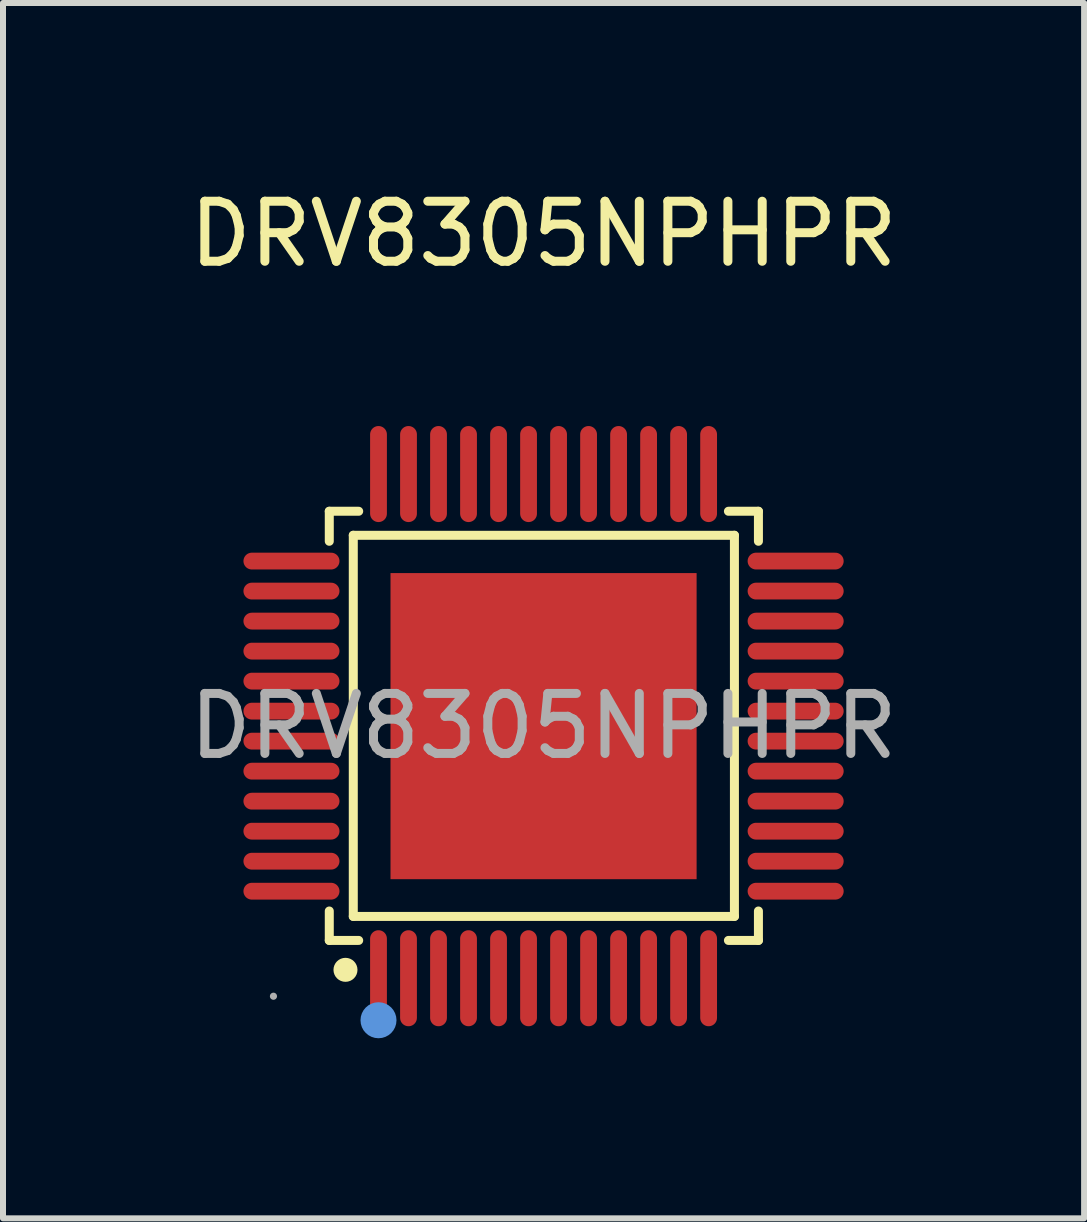
<source format=kicad_pcb>
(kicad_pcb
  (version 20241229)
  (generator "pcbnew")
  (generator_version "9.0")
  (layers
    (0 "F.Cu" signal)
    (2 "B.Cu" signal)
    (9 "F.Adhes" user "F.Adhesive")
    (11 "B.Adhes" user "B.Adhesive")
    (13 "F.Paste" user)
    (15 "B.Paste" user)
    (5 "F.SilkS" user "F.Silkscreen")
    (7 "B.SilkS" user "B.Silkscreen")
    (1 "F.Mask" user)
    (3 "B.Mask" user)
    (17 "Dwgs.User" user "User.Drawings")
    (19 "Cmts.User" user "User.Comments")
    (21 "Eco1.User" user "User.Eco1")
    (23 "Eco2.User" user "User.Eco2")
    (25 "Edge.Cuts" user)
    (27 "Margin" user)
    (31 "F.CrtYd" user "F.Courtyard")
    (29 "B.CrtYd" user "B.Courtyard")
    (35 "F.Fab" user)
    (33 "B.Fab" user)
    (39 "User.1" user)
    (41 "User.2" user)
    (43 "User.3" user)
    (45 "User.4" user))
  (footprint "DRV8305NPHPR"
    (layer "F.Cu")
    (at 6.006 9.048)
    (property "Reference" "DRV8305NPHPR" (at 0 -8.2 0) (layer "F.SilkS") (effects (font (size 1 1) (thickness 0.15))))
    (attr smd)
    (fp_line (start -3.57 -3.58) (end -3.08 -3.58) (stroke (width 0.15) (type solid)) (layer "F.SilkS"))
    (fp_line (start -3.57 -3.08) (end -3.57 -3.58) (stroke (width 0.15) (type solid)) (layer "F.SilkS"))
    (fp_line (start -3.57 3.08) (end -3.57 3.57) (stroke (width 0.15) (type solid)) (layer "F.SilkS"))
    (fp_line (start -3.57 3.57) (end -3.08 3.57) (stroke (width 0.15) (type solid)) (layer "F.SilkS"))
    (fp_line (start -3.17 -3.18) (end 3.18 -3.18) (stroke (width 0.15) (type solid)) (layer "F.SilkS"))
    (fp_line (start -3.17 3.17) (end -3.17 -3.18) (stroke (width 0.15) (type solid)) (layer "F.SilkS"))
    (fp_line (start 3.18 -3.18) (end 3.18 3.17) (stroke (width 0.15) (type solid)) (layer "F.SilkS"))
    (fp_line (start 3.18 3.17) (end -3.17 3.17) (stroke (width 0.15) (type solid)) (layer "F.SilkS"))
    (fp_line (start 3.58 -3.58) (end 3.08 -3.58) (stroke (width 0.15) (type solid)) (layer "F.SilkS"))
    (fp_line (start 3.58 -3.08) (end 3.58 -3.58) (stroke (width 0.15) (type solid)) (layer "F.SilkS"))
    (fp_line (start 3.58 3.08) (end 3.58 3.57) (stroke (width 0.15) (type solid)) (layer "F.SilkS"))
    (fp_line (start 3.58 3.57) (end 3.08 3.57) (stroke (width 0.15) (type solid)) (layer "F.SilkS"))
    (fp_circle (center -3.3 4.06) (end -3.2 4.06) (stroke (width 0.2) (type solid)) (fill no) (layer "F.SilkS"))
    (fp_circle (center -2.75 4.9) (end -2.6 4.9) (stroke (width 0.3) (type solid)) (fill no) (layer "Cmts.User"))
    (fp_circle (center -4.5 4.5) (end -4.47 4.5) (stroke (width 0.06) (type solid)) (fill no) (layer "F.Fab"))
    (fp_text user "${REFERENCE}" (at 0 0 0) (layer "F.Fab") (effects (font (size 1 1) (thickness 0.15))))
    (pad "1" smd oval (at -2.75 4.2) (size 0.28 1.6) (layers "F.Cu" "F.Mask" "F.Paste"))
    (pad "2" smd oval (at -2.25 4.2) (size 0.28 1.6) (layers "F.Cu" "F.Mask" "F.Paste"))
    (pad "3" smd oval (at -1.75 4.2) (size 0.28 1.6) (layers "F.Cu" "F.Mask" "F.Paste"))
    (pad "4" smd oval (at -1.25 4.2) (size 0.28 1.6) (layers "F.Cu" "F.Mask" "F.Paste"))
    (pad "5" smd oval (at -0.75 4.2) (size 0.28 1.6) (layers "F.Cu" "F.Mask" "F.Paste"))
    (pad "6" smd oval (at -0.25 4.2) (size 0.28 1.6) (layers "F.Cu" "F.Mask" "F.Paste"))
    (pad "7" smd oval (at 0.25 4.2) (size 0.28 1.6) (layers "F.Cu" "F.Mask" "F.Paste"))
    (pad "8" smd oval (at 0.75 4.2) (size 0.28 1.6) (layers "F.Cu" "F.Mask" "F.Paste"))
    (pad "9" smd oval (at 1.25 4.2) (size 0.28 1.6) (layers "F.Cu" "F.Mask" "F.Paste"))
    (pad "10" smd oval (at 1.75 4.2) (size 0.28 1.6) (layers "F.Cu" "F.Mask" "F.Paste"))
    (pad "11" smd oval (at 2.25 4.2) (size 0.28 1.6) (layers "F.Cu" "F.Mask" "F.Paste"))
    (pad "12" smd oval (at 2.75 4.2) (size 0.28 1.6) (layers "F.Cu" "F.Mask" "F.Paste"))
    (pad "13" smd oval (at 4.2 2.75) (size 1.6 0.28) (layers "F.Cu" "F.Mask" "F.Paste"))
    (pad "14" smd oval (at 4.2 2.25) (size 1.6 0.28) (layers "F.Cu" "F.Mask" "F.Paste"))
    (pad "15" smd oval (at 4.2 1.75) (size 1.6 0.28) (layers "F.Cu" "F.Mask" "F.Paste"))
    (pad "16" smd oval (at 4.2 1.25) (size 1.6 0.28) (layers "F.Cu" "F.Mask" "F.Paste"))
    (pad "17" smd oval (at 4.2 0.75) (size 1.6 0.28) (layers "F.Cu" "F.Mask" "F.Paste"))
    (pad "18" smd oval (at 4.2 0.25) (size 1.6 0.28) (layers "F.Cu" "F.Mask" "F.Paste"))
    (pad "19" smd oval (at 4.2 -0.25) (size 1.6 0.28) (layers "F.Cu" "F.Mask" "F.Paste"))
    (pad "20" smd oval (at 4.2 -0.75) (size 1.6 0.28) (layers "F.Cu" "F.Mask" "F.Paste"))
    (pad "21" smd oval (at 4.2 -1.25) (size 1.6 0.28) (layers "F.Cu" "F.Mask" "F.Paste"))
    (pad "22" smd oval (at 4.2 -1.75) (size 1.6 0.28) (layers "F.Cu" "F.Mask" "F.Paste"))
    (pad "23" smd oval (at 4.2 -2.25) (size 1.6 0.28) (layers "F.Cu" "F.Mask" "F.Paste"))
    (pad "24" smd oval (at 4.2 -2.75) (size 1.6 0.28) (layers "F.Cu" "F.Mask" "F.Paste"))
    (pad "25" smd oval (at 2.75 -4.2) (size 0.28 1.6) (layers "F.Cu" "F.Mask" "F.Paste"))
    (pad "26" smd oval (at 2.25 -4.2) (size 0.28 1.6) (layers "F.Cu" "F.Mask" "F.Paste"))
    (pad "27" smd oval (at 1.75 -4.2) (size 0.28 1.6) (layers "F.Cu" "F.Mask" "F.Paste"))
    (pad "28" smd oval (at 1.25 -4.2) (size 0.28 1.6) (layers "F.Cu" "F.Mask" "F.Paste"))
    (pad "29" smd oval (at 0.75 -4.2) (size 0.28 1.6) (layers "F.Cu" "F.Mask" "F.Paste"))
    (pad "30" smd oval (at 0.25 -4.2) (size 0.28 1.6) (layers "F.Cu" "F.Mask" "F.Paste"))
    (pad "31" smd oval (at -0.25 -4.2) (size 0.28 1.6) (layers "F.Cu" "F.Mask" "F.Paste"))
    (pad "32" smd oval (at -0.75 -4.2) (size 0.28 1.6) (layers "F.Cu" "F.Mask" "F.Paste"))
    (pad "33" smd oval (at -1.25 -4.2) (size 0.28 1.6) (layers "F.Cu" "F.Mask" "F.Paste"))
    (pad "34" smd oval (at -1.75 -4.2) (size 0.28 1.6) (layers "F.Cu" "F.Mask" "F.Paste"))
    (pad "35" smd oval (at -2.25 -4.2) (size 0.28 1.6) (layers "F.Cu" "F.Mask" "F.Paste"))
    (pad "36" smd oval (at -2.75 -4.2) (size 0.28 1.6) (layers "F.Cu" "F.Mask" "F.Paste"))
    (pad "37" smd oval (at -4.2 -2.75) (size 1.6 0.28) (layers "F.Cu" "F.Mask" "F.Paste"))
    (pad "38" smd oval (at -4.2 -2.25) (size 1.6 0.28) (layers "F.Cu" "F.Mask" "F.Paste"))
    (pad "39" smd oval (at -4.2 -1.75) (size 1.6 0.28) (layers "F.Cu" "F.Mask" "F.Paste"))
    (pad "40" smd oval (at -4.2 -1.25) (size 1.6 0.28) (layers "F.Cu" "F.Mask" "F.Paste"))
    (pad "41" smd oval (at -4.2 -0.75) (size 1.6 0.28) (layers "F.Cu" "F.Mask" "F.Paste"))
    (pad "42" smd oval (at -4.2 -0.25) (size 1.6 0.28) (layers "F.Cu" "F.Mask" "F.Paste"))
    (pad "43" smd oval (at -4.2 0.25) (size 1.6 0.28) (layers "F.Cu" "F.Mask" "F.Paste"))
    (pad "44" smd oval (at -4.2 0.75) (size 1.6 0.28) (layers "F.Cu" "F.Mask" "F.Paste"))
    (pad "45" smd oval (at -4.2 1.25) (size 1.6 0.28) (layers "F.Cu" "F.Mask" "F.Paste"))
    (pad "46" smd oval (at -4.2 1.75) (size 1.6 0.28) (layers "F.Cu" "F.Mask" "F.Paste"))
    (pad "47" smd oval (at -4.2 2.25) (size 1.6 0.28) (layers "F.Cu" "F.Mask" "F.Paste"))
    (pad "48" smd oval (at -4.2 2.75) (size 1.6 0.28) (layers "F.Cu" "F.Mask" "F.Paste"))
    (pad "49" smd rect (at 0 0) (size 5.1 5.1) (layers "F.Cu" "F.Mask" "F.Paste")))
  (gr_rect
    (start -3 -3)
    (end 15.012 17.248)
    (stroke (width 0.1) (type default))
    (fill no)
    (layer "Edge.Cuts")))
</source>
